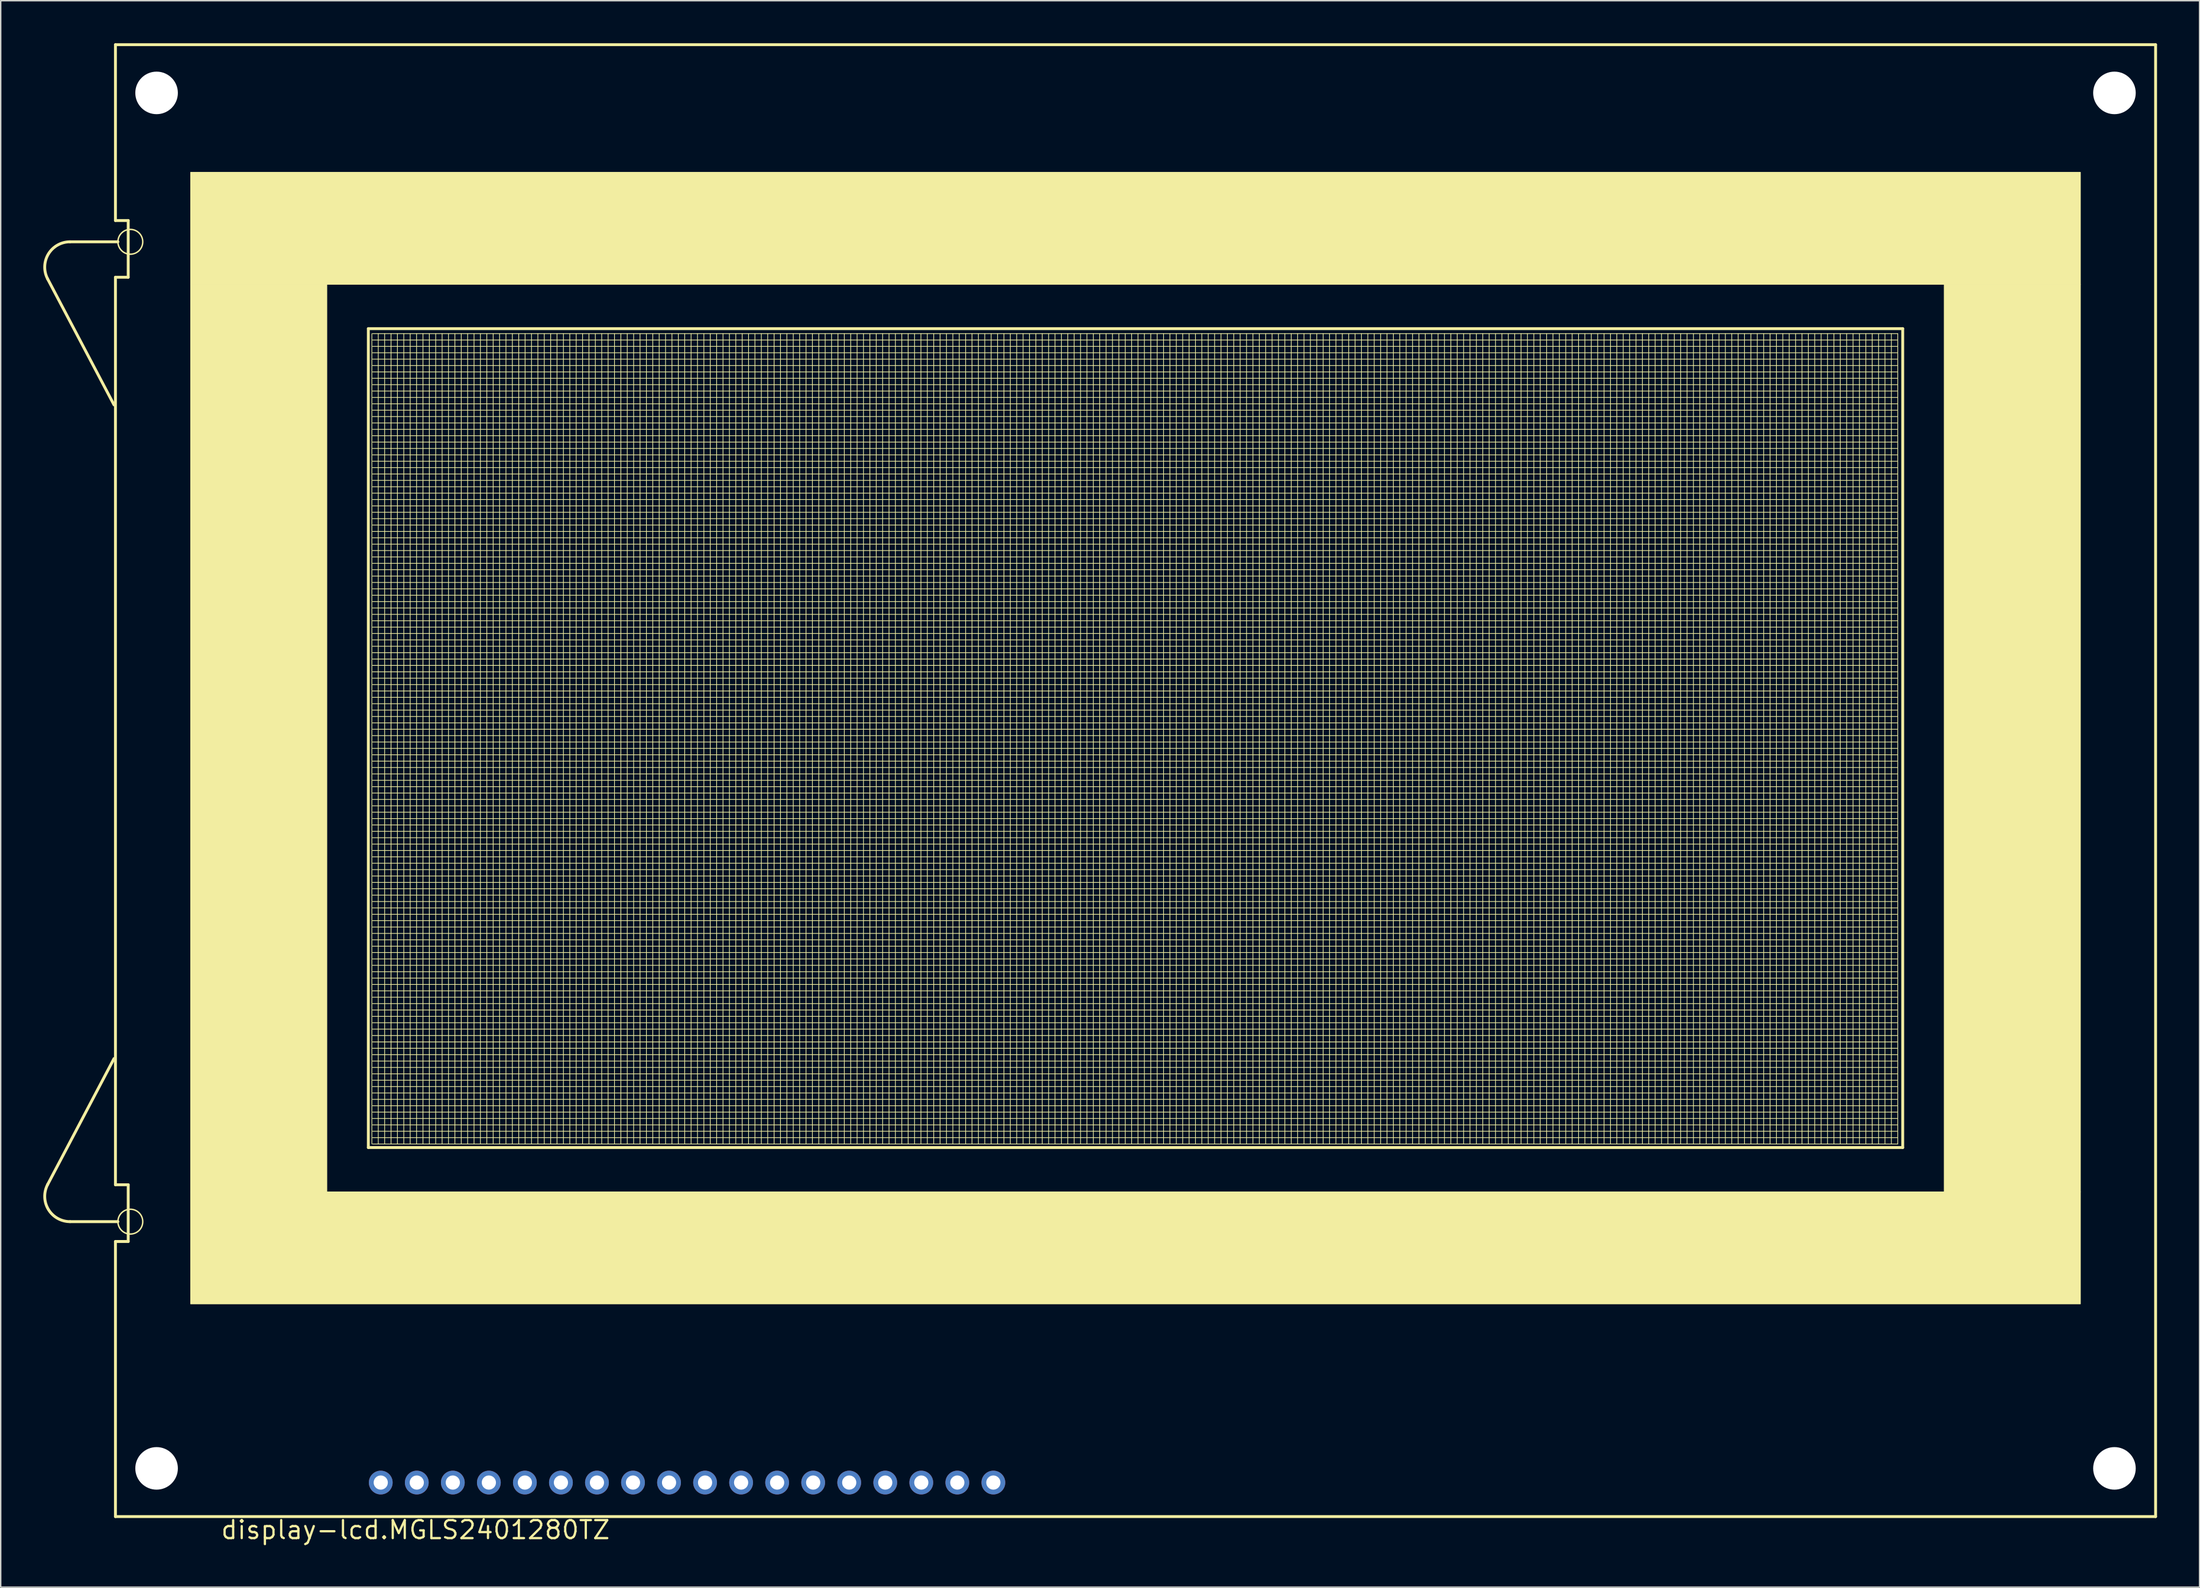
<source format=kicad_pcb>
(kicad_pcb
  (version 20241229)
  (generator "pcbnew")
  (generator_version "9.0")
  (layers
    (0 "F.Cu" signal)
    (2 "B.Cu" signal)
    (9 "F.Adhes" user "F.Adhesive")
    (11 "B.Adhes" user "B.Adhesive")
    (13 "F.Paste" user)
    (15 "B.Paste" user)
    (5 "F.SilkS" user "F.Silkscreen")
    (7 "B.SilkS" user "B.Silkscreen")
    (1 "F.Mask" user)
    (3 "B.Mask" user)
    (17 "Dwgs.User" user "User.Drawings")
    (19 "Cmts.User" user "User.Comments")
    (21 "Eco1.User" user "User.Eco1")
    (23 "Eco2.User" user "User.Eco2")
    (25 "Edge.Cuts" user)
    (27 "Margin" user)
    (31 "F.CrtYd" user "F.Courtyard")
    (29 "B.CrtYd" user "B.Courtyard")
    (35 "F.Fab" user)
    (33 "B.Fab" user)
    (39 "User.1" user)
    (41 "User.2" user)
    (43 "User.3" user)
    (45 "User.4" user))
  (footprint "display-lcd.MGLS2401280TZ"
    (layer "F.Cu")
    (at 7.987 100.502)
    (property "Reference" "display-lcd.MGLS2401280TZ" (at 4.445 5.08 0) (layer "F.SilkS") (effects (font (size 1.27 1.27) (thickness 0.16)) (justify left bottom)))
    (attr through_hole)
    (fp_line (start -7.675 -83.875) (end -3 -75) (stroke (width 0.203) (type default)) (layer "F.SilkS"))
    (fp_line (start -7.675 -20.025) (end -3 -28.9) (stroke (width 0.203) (type default)) (layer "F.SilkS"))
    (fp_line (start -2.9 -100.4) (end -2.9 -88) (stroke (width 0.203) (type default)) (layer "F.SilkS"))
    (fp_line (start -2.9 -88) (end -2 -88) (stroke (width 0.203) (type default)) (layer "F.SilkS"))
    (fp_line (start -2.9 -84) (end -2.9 -20) (stroke (width 0.203) (type default)) (layer "F.SilkS"))
    (fp_line (start -2.9 -20) (end -2 -20) (stroke (width 0.203) (type default)) (layer "F.SilkS"))
    (fp_line (start -2.9 -16) (end -2.9 3.4) (stroke (width 0.203) (type default)) (layer "F.SilkS"))
    (fp_line (start -2.9 3.4) (end 140.9 3.4) (stroke (width 0.203) (type default)) (layer "F.SilkS"))
    (fp_line (start -2.725 -86.5) (end -6.1 -86.5) (stroke (width 0.203) (type default)) (layer "F.SilkS"))
    (fp_line (start -2.725 -17.4) (end -6.1 -17.4) (stroke (width 0.203) (type default)) (layer "F.SilkS"))
    (fp_line (start -2 -88) (end -2 -84) (stroke (width 0.203) (type default)) (layer "F.SilkS"))
    (fp_line (start -2 -84) (end -2.9 -84) (stroke (width 0.203) (type default)) (layer "F.SilkS"))
    (fp_line (start -2 -20) (end -2 -16) (stroke (width 0.203) (type default)) (layer "F.SilkS"))
    (fp_line (start -2 -16) (end -2.9 -16) (stroke (width 0.203) (type default)) (layer "F.SilkS"))
    (fp_line (start 14.925 -80.375) (end 14.925 -22.625) (stroke (width 0.203) (type default)) (layer "F.SilkS"))
    (fp_line (start 14.925 -22.625) (end 123.075 -22.625) (stroke (width 0.203) (type default)) (layer "F.SilkS"))
    (fp_line (start 15.175 -22.875) (end 15.175 -80.025) (stroke (width 0.05) (type default)) (layer "F.SilkS"))
    (fp_line (start 15.225 -80.025) (end 122.725 -80.025) (stroke (width 0.05) (type default)) (layer "F.SilkS"))
    (fp_line (start 15.225 -79.575) (end 122.7 -79.575) (stroke (width 0.05) (type default)) (layer "F.SilkS"))
    (fp_line (start 15.225 -79.125) (end 122.7 -79.125) (stroke (width 0.05) (type default)) (layer "F.SilkS"))
    (fp_line (start 15.225 -78.675) (end 122.7 -78.675) (stroke (width 0.05) (type default)) (layer "F.SilkS"))
    (fp_line (start 15.225 -78.225) (end 122.7 -78.225) (stroke (width 0.05) (type default)) (layer "F.SilkS"))
    (fp_line (start 15.225 -77.775) (end 122.7 -77.775) (stroke (width 0.05) (type default)) (layer "F.SilkS"))
    (fp_line (start 15.225 -77.325) (end 122.7 -77.325) (stroke (width 0.05) (type default)) (layer "F.SilkS"))
    (fp_line (start 15.225 -76.875) (end 122.7 -76.875) (stroke (width 0.05) (type default)) (layer "F.SilkS"))
    (fp_line (start 15.225 -76.425) (end 122.7 -76.425) (stroke (width 0.05) (type default)) (layer "F.SilkS"))
    (fp_line (start 15.225 -75.975) (end 122.7 -75.975) (stroke (width 0.05) (type default)) (layer "F.SilkS"))
    (fp_line (start 15.225 -75.525) (end 122.7 -75.525) (stroke (width 0.05) (type default)) (layer "F.SilkS"))
    (fp_line (start 15.225 -75.075) (end 122.7 -75.075) (stroke (width 0.05) (type default)) (layer "F.SilkS"))
    (fp_line (start 15.225 -74.625) (end 122.7 -74.625) (stroke (width 0.05) (type default)) (layer "F.SilkS"))
    (fp_line (start 15.225 -74.175) (end 122.7 -74.175) (stroke (width 0.05) (type default)) (layer "F.SilkS"))
    (fp_line (start 15.225 -73.725) (end 122.7 -73.725) (stroke (width 0.05) (type default)) (layer "F.SilkS"))
    (fp_line (start 15.225 -73.275) (end 122.7 -73.275) (stroke (width 0.05) (type default)) (layer "F.SilkS"))
    (fp_line (start 15.225 -72.825) (end 122.7 -72.825) (stroke (width 0.05) (type default)) (layer "F.SilkS"))
    (fp_line (start 15.225 -72.375) (end 122.7 -72.375) (stroke (width 0.05) (type default)) (layer "F.SilkS"))
    (fp_line (start 15.225 -71.925) (end 122.7 -71.925) (stroke (width 0.05) (type default)) (layer "F.SilkS"))
    (fp_line (start 15.225 -71.475) (end 122.7 -71.475) (stroke (width 0.05) (type default)) (layer "F.SilkS"))
    (fp_line (start 15.225 -71.025) (end 122.7 -71.025) (stroke (width 0.05) (type default)) (layer "F.SilkS"))
    (fp_line (start 15.225 -70.575) (end 122.7 -70.575) (stroke (width 0.05) (type default)) (layer "F.SilkS"))
    (fp_line (start 15.225 -70.125) (end 122.7 -70.125) (stroke (width 0.05) (type default)) (layer "F.SilkS"))
    (fp_line (start 15.225 -69.675) (end 122.7 -69.675) (stroke (width 0.05) (type default)) (layer "F.SilkS"))
    (fp_line (start 15.225 -69.225) (end 122.7 -69.225) (stroke (width 0.05) (type default)) (layer "F.SilkS"))
    (fp_line (start 15.225 -68.775) (end 122.7 -68.775) (stroke (width 0.05) (type default)) (layer "F.SilkS"))
    (fp_line (start 15.225 -68.325) (end 122.7 -68.325) (stroke (width 0.05) (type default)) (layer "F.SilkS"))
    (fp_line (start 15.225 -67.875) (end 122.7 -67.875) (stroke (width 0.05) (type default)) (layer "F.SilkS"))
    (fp_line (start 15.225 -67.425) (end 122.7 -67.425) (stroke (width 0.05) (type default)) (layer "F.SilkS"))
    (fp_line (start 15.225 -66.975) (end 122.7 -66.975) (stroke (width 0.05) (type default)) (layer "F.SilkS"))
    (fp_line (start 15.225 -66.525) (end 122.7 -66.525) (stroke (width 0.05) (type default)) (layer "F.SilkS"))
    (fp_line (start 15.225 -66.075) (end 122.7 -66.075) (stroke (width 0.05) (type default)) (layer "F.SilkS"))
    (fp_line (start 15.225 -65.625) (end 122.7 -65.625) (stroke (width 0.05) (type default)) (layer "F.SilkS"))
    (fp_line (start 15.225 -65.175) (end 122.7 -65.175) (stroke (width 0.05) (type default)) (layer "F.SilkS"))
    (fp_line (start 15.225 -64.725) (end 122.7 -64.725) (stroke (width 0.05) (type default)) (layer "F.SilkS"))
    (fp_line (start 15.225 -64.275) (end 122.7 -64.275) (stroke (width 0.05) (type default)) (layer "F.SilkS"))
    (fp_line (start 15.225 -63.825) (end 122.7 -63.825) (stroke (width 0.05) (type default)) (layer "F.SilkS"))
    (fp_line (start 15.225 -63.375) (end 122.7 -63.375) (stroke (width 0.05) (type default)) (layer "F.SilkS"))
    (fp_line (start 15.225 -62.925) (end 122.7 -62.925) (stroke (width 0.05) (type default)) (layer "F.SilkS"))
    (fp_line (start 15.225 -62.475) (end 122.7 -62.475) (stroke (width 0.05) (type default)) (layer "F.SilkS"))
    (fp_line (start 15.225 -62.025) (end 122.7 -62.025) (stroke (width 0.05) (type default)) (layer "F.SilkS"))
    (fp_line (start 15.225 -61.575) (end 122.7 -61.575) (stroke (width 0.05) (type default)) (layer "F.SilkS"))
    (fp_line (start 15.225 -61.125) (end 122.7 -61.125) (stroke (width 0.05) (type default)) (layer "F.SilkS"))
    (fp_line (start 15.225 -60.675) (end 122.7 -60.675) (stroke (width 0.05) (type default)) (layer "F.SilkS"))
    (fp_line (start 15.225 -60.225) (end 122.7 -60.225) (stroke (width 0.05) (type default)) (layer "F.SilkS"))
    (fp_line (start 15.225 -59.775) (end 122.7 -59.775) (stroke (width 0.05) (type default)) (layer "F.SilkS"))
    (fp_line (start 15.225 -59.325) (end 122.7 -59.325) (stroke (width 0.05) (type default)) (layer "F.SilkS"))
    (fp_line (start 15.225 -58.875) (end 122.7 -58.875) (stroke (width 0.05) (type default)) (layer "F.SilkS"))
    (fp_line (start 15.225 -58.425) (end 122.7 -58.425) (stroke (width 0.05) (type default)) (layer "F.SilkS"))
    (fp_line (start 15.225 -57.975) (end 122.7 -57.975) (stroke (width 0.05) (type default)) (layer "F.SilkS"))
    (fp_line (start 15.225 -57.525) (end 122.7 -57.525) (stroke (width 0.05) (type default)) (layer "F.SilkS"))
    (fp_line (start 15.225 -57.075) (end 122.7 -57.075) (stroke (width 0.05) (type default)) (layer "F.SilkS"))
    (fp_line (start 15.225 -56.625) (end 122.7 -56.625) (stroke (width 0.05) (type default)) (layer "F.SilkS"))
    (fp_line (start 15.225 -56.175) (end 122.7 -56.175) (stroke (width 0.05) (type default)) (layer "F.SilkS"))
    (fp_line (start 15.225 -55.725) (end 122.7 -55.725) (stroke (width 0.05) (type default)) (layer "F.SilkS"))
    (fp_line (start 15.225 -55.275) (end 122.7 -55.275) (stroke (width 0.05) (type default)) (layer "F.SilkS"))
    (fp_line (start 15.225 -54.825) (end 122.7 -54.825) (stroke (width 0.05) (type default)) (layer "F.SilkS"))
    (fp_line (start 15.225 -54.375) (end 122.7 -54.375) (stroke (width 0.05) (type default)) (layer "F.SilkS"))
    (fp_line (start 15.225 -53.925) (end 122.7 -53.925) (stroke (width 0.05) (type default)) (layer "F.SilkS"))
    (fp_line (start 15.225 -53.475) (end 122.7 -53.475) (stroke (width 0.05) (type default)) (layer "F.SilkS"))
    (fp_line (start 15.225 -53.025) (end 122.7 -53.025) (stroke (width 0.05) (type default)) (layer "F.SilkS"))
    (fp_line (start 15.225 -52.575) (end 122.7 -52.575) (stroke (width 0.05) (type default)) (layer "F.SilkS"))
    (fp_line (start 15.225 -52.125) (end 122.7 -52.125) (stroke (width 0.05) (type default)) (layer "F.SilkS"))
    (fp_line (start 15.225 -51.675) (end 122.7 -51.675) (stroke (width 0.05) (type default)) (layer "F.SilkS"))
    (fp_line (start 15.225 -51.225) (end 122.7 -51.225) (stroke (width 0.05) (type default)) (layer "F.SilkS"))
    (fp_line (start 15.225 -50.775) (end 122.7 -50.775) (stroke (width 0.05) (type default)) (layer "F.SilkS"))
    (fp_line (start 15.225 -50.325) (end 122.7 -50.325) (stroke (width 0.05) (type default)) (layer "F.SilkS"))
    (fp_line (start 15.225 -49.875) (end 122.7 -49.875) (stroke (width 0.05) (type default)) (layer "F.SilkS"))
    (fp_line (start 15.225 -49.425) (end 122.7 -49.425) (stroke (width 0.05) (type default)) (layer "F.SilkS"))
    (fp_line (start 15.225 -48.975) (end 122.7 -48.975) (stroke (width 0.05) (type default)) (layer "F.SilkS"))
    (fp_line (start 15.225 -48.525) (end 122.7 -48.525) (stroke (width 0.05) (type default)) (layer "F.SilkS"))
    (fp_line (start 15.225 -48.075) (end 122.7 -48.075) (stroke (width 0.05) (type default)) (layer "F.SilkS"))
    (fp_line (start 15.225 -47.625) (end 122.7 -47.625) (stroke (width 0.05) (type default)) (layer "F.SilkS"))
    (fp_line (start 15.225 -47.175) (end 122.7 -47.175) (stroke (width 0.05) (type default)) (layer "F.SilkS"))
    (fp_line (start 15.225 -46.725) (end 122.7 -46.725) (stroke (width 0.05) (type default)) (layer "F.SilkS"))
    (fp_line (start 15.225 -46.275) (end 122.7 -46.275) (stroke (width 0.05) (type default)) (layer "F.SilkS"))
    (fp_line (start 15.225 -45.825) (end 122.7 -45.825) (stroke (width 0.05) (type default)) (layer "F.SilkS"))
    (fp_line (start 15.225 -45.375) (end 122.7 -45.375) (stroke (width 0.05) (type default)) (layer "F.SilkS"))
    (fp_line (start 15.225 -44.925) (end 122.7 -44.925) (stroke (width 0.05) (type default)) (layer "F.SilkS"))
    (fp_line (start 15.225 -44.475) (end 122.7 -44.475) (stroke (width 0.05) (type default)) (layer "F.SilkS"))
    (fp_line (start 15.225 -44.025) (end 122.7 -44.025) (stroke (width 0.05) (type default)) (layer "F.SilkS"))
    (fp_line (start 15.225 -43.575) (end 122.7 -43.575) (stroke (width 0.05) (type default)) (layer "F.SilkS"))
    (fp_line (start 15.225 -43.125) (end 122.7 -43.125) (stroke (width 0.05) (type default)) (layer "F.SilkS"))
    (fp_line (start 15.225 -42.675) (end 122.7 -42.675) (stroke (width 0.05) (type default)) (layer "F.SilkS"))
    (fp_line (start 15.225 -42.225) (end 122.7 -42.225) (stroke (width 0.05) (type default)) (layer "F.SilkS"))
    (fp_line (start 15.225 -41.775) (end 122.7 -41.775) (stroke (width 0.05) (type default)) (layer "F.SilkS"))
    (fp_line (start 15.225 -41.325) (end 122.7 -41.325) (stroke (width 0.05) (type default)) (layer "F.SilkS"))
    (fp_line (start 15.225 -40.875) (end 122.7 -40.875) (stroke (width 0.05) (type default)) (layer "F.SilkS"))
    (fp_line (start 15.225 -40.425) (end 122.7 -40.425) (stroke (width 0.05) (type default)) (layer "F.SilkS"))
    (fp_line (start 15.225 -39.975) (end 122.7 -39.975) (stroke (width 0.05) (type default)) (layer "F.SilkS"))
    (fp_line (start 15.225 -39.525) (end 122.7 -39.525) (stroke (width 0.05) (type default)) (layer "F.SilkS"))
    (fp_line (start 15.225 -39.075) (end 122.7 -39.075) (stroke (width 0.05) (type default)) (layer "F.SilkS"))
    (fp_line (start 15.225 -38.625) (end 122.7 -38.625) (stroke (width 0.05) (type default)) (layer "F.SilkS"))
    (fp_line (start 15.225 -38.175) (end 122.7 -38.175) (stroke (width 0.05) (type default)) (layer "F.SilkS"))
    (fp_line (start 15.225 -37.725) (end 122.7 -37.725) (stroke (width 0.05) (type default)) (layer "F.SilkS"))
    (fp_line (start 15.225 -37.275) (end 122.7 -37.275) (stroke (width 0.05) (type default)) (layer "F.SilkS"))
    (fp_line (start 15.225 -36.825) (end 122.7 -36.825) (stroke (width 0.05) (type default)) (layer "F.SilkS"))
    (fp_line (start 15.225 -36.375) (end 122.7 -36.375) (stroke (width 0.05) (type default)) (layer "F.SilkS"))
    (fp_line (start 15.225 -35.925) (end 122.7 -35.925) (stroke (width 0.05) (type default)) (layer "F.SilkS"))
    (fp_line (start 15.225 -35.475) (end 122.7 -35.475) (stroke (width 0.05) (type default)) (layer "F.SilkS"))
    (fp_line (start 15.225 -35.025) (end 122.7 -35.025) (stroke (width 0.05) (type default)) (layer "F.SilkS"))
    (fp_line (start 15.225 -34.575) (end 122.7 -34.575) (stroke (width 0.05) (type default)) (layer "F.SilkS"))
    (fp_line (start 15.225 -34.125) (end 122.7 -34.125) (stroke (width 0.05) (type default)) (layer "F.SilkS"))
    (fp_line (start 15.225 -33.675) (end 122.7 -33.675) (stroke (width 0.05) (type default)) (layer "F.SilkS"))
    (fp_line (start 15.225 -33.225) (end 122.7 -33.225) (stroke (width 0.05) (type default)) (layer "F.SilkS"))
    (fp_line (start 15.225 -32.775) (end 122.7 -32.775) (stroke (width 0.05) (type default)) (layer "F.SilkS"))
    (fp_line (start 15.225 -32.325) (end 122.7 -32.325) (stroke (width 0.05) (type default)) (layer "F.SilkS"))
    (fp_line (start 15.225 -31.875) (end 122.7 -31.875) (stroke (width 0.05) (type default)) (layer "F.SilkS"))
    (fp_line (start 15.225 -31.425) (end 122.7 -31.425) (stroke (width 0.05) (type default)) (layer "F.SilkS"))
    (fp_line (start 15.225 -30.975) (end 122.7 -30.975) (stroke (width 0.05) (type default)) (layer "F.SilkS"))
    (fp_line (start 15.225 -30.525) (end 122.7 -30.525) (stroke (width 0.05) (type default)) (layer "F.SilkS"))
    (fp_line (start 15.225 -30.075) (end 122.7 -30.075) (stroke (width 0.05) (type default)) (layer "F.SilkS"))
    (fp_line (start 15.225 -29.625) (end 122.7 -29.625) (stroke (width 0.05) (type default)) (layer "F.SilkS"))
    (fp_line (start 15.225 -29.175) (end 122.7 -29.175) (stroke (width 0.05) (type default)) (layer "F.SilkS"))
    (fp_line (start 15.225 -28.725) (end 122.7 -28.725) (stroke (width 0.05) (type default)) (layer "F.SilkS"))
    (fp_line (start 15.225 -28.275) (end 122.7 -28.275) (stroke (width 0.05) (type default)) (layer "F.SilkS"))
    (fp_line (start 15.225 -27.825) (end 122.7 -27.825) (stroke (width 0.05) (type default)) (layer "F.SilkS"))
    (fp_line (start 15.225 -27.375) (end 122.7 -27.375) (stroke (width 0.05) (type default)) (layer "F.SilkS"))
    (fp_line (start 15.225 -26.925) (end 122.7 -26.925) (stroke (width 0.05) (type default)) (layer "F.SilkS"))
    (fp_line (start 15.225 -26.475) (end 122.7 -26.475) (stroke (width 0.05) (type default)) (layer "F.SilkS"))
    (fp_line (start 15.225 -26.025) (end 122.7 -26.025) (stroke (width 0.05) (type default)) (layer "F.SilkS"))
    (fp_line (start 15.225 -25.575) (end 122.7 -25.575) (stroke (width 0.05) (type default)) (layer "F.SilkS"))
    (fp_line (start 15.225 -25.125) (end 122.7 -25.125) (stroke (width 0.05) (type default)) (layer "F.SilkS"))
    (fp_line (start 15.225 -24.675) (end 122.7 -24.675) (stroke (width 0.05) (type default)) (layer "F.SilkS"))
    (fp_line (start 15.225 -24.225) (end 122.7 -24.225) (stroke (width 0.05) (type default)) (layer "F.SilkS"))
    (fp_line (start 15.225 -23.775) (end 122.7 -23.775) (stroke (width 0.05) (type default)) (layer "F.SilkS"))
    (fp_line (start 15.225 -23.325) (end 122.7 -23.325) (stroke (width 0.05) (type default)) (layer "F.SilkS"))
    (fp_line (start 15.225 -22.875) (end 15.625 -22.875) (stroke (width 0.05) (type default)) (layer "F.SilkS"))
    (fp_line (start 15.625 -22.875) (end 15.625 -80.025) (stroke (width 0.05) (type default)) (layer "F.SilkS"))
    (fp_line (start 15.625 -22.875) (end 16.075 -22.875) (stroke (width 0.05) (type default)) (layer "F.SilkS"))
    (fp_line (start 16.075 -22.875) (end 16.075 -80.025) (stroke (width 0.05) (type default)) (layer "F.SilkS"))
    (fp_line (start 16.075 -22.875) (end 16.525 -22.875) (stroke (width 0.05) (type default)) (layer "F.SilkS"))
    (fp_line (start 16.525 -22.875) (end 16.525 -80.025) (stroke (width 0.05) (type default)) (layer "F.SilkS"))
    (fp_line (start 16.525 -22.875) (end 16.975 -22.875) (stroke (width 0.05) (type default)) (layer "F.SilkS"))
    (fp_line (start 16.975 -22.875) (end 16.975 -80.025) (stroke (width 0.05) (type default)) (layer "F.SilkS"))
    (fp_line (start 16.975 -22.875) (end 17.425 -22.875) (stroke (width 0.05) (type default)) (layer "F.SilkS"))
    (fp_line (start 17.425 -22.875) (end 17.425 -80.025) (stroke (width 0.05) (type default)) (layer "F.SilkS"))
    (fp_line (start 17.425 -22.875) (end 17.875 -22.875) (stroke (width 0.05) (type default)) (layer "F.SilkS"))
    (fp_line (start 17.875 -22.875) (end 17.875 -80.025) (stroke (width 0.05) (type default)) (layer "F.SilkS"))
    (fp_line (start 17.875 -22.875) (end 18.325 -22.875) (stroke (width 0.05) (type default)) (layer "F.SilkS"))
    (fp_line (start 18.325 -22.875) (end 18.325 -80.025) (stroke (width 0.05) (type default)) (layer "F.SilkS"))
    (fp_line (start 18.325 -22.875) (end 18.775 -22.875) (stroke (width 0.05) (type default)) (layer "F.SilkS"))
    (fp_line (start 18.775 -22.875) (end 18.775 -80.025) (stroke (width 0.05) (type default)) (layer "F.SilkS"))
    (fp_line (start 18.775 -22.875) (end 19.225 -22.875) (stroke (width 0.05) (type default)) (layer "F.SilkS"))
    (fp_line (start 19.225 -22.875) (end 19.225 -80.025) (stroke (width 0.05) (type default)) (layer "F.SilkS"))
    (fp_line (start 19.225 -22.875) (end 122.725 -22.875) (stroke (width 0.05) (type default)) (layer "F.SilkS"))
    (fp_line (start 19.675 -22.875) (end 19.675 -80.025) (stroke (width 0.05) (type default)) (layer "F.SilkS"))
    (fp_line (start 20.125 -22.875) (end 20.125 -80.025) (stroke (width 0.05) (type default)) (layer "F.SilkS"))
    (fp_line (start 20.575 -22.875) (end 20.575 -80.025) (stroke (width 0.05) (type default)) (layer "F.SilkS"))
    (fp_line (start 21.025 -22.875) (end 21.025 -80.025) (stroke (width 0.05) (type default)) (layer "F.SilkS"))
    (fp_line (start 21.475 -22.875) (end 21.475 -80.025) (stroke (width 0.05) (type default)) (layer "F.SilkS"))
    (fp_line (start 21.925 -22.875) (end 21.925 -80.025) (stroke (width 0.05) (type default)) (layer "F.SilkS"))
    (fp_line (start 22.375 -22.875) (end 22.375 -80.025) (stroke (width 0.05) (type default)) (layer "F.SilkS"))
    (fp_line (start 22.825 -22.875) (end 22.825 -80.025) (stroke (width 0.05) (type default)) (layer "F.SilkS"))
    (fp_line (start 23.275 -22.875) (end 23.275 -80.025) (stroke (width 0.05) (type default)) (layer "F.SilkS"))
    (fp_line (start 23.725 -22.875) (end 23.725 -80.025) (stroke (width 0.05) (type default)) (layer "F.SilkS"))
    (fp_line (start 24.175 -22.875) (end 24.175 -80.025) (stroke (width 0.05) (type default)) (layer "F.SilkS"))
    (fp_line (start 24.625 -22.875) (end 24.625 -80.025) (stroke (width 0.05) (type default)) (layer "F.SilkS"))
    (fp_line (start 25.075 -22.875) (end 25.075 -80.025) (stroke (width 0.05) (type default)) (layer "F.SilkS"))
    (fp_line (start 25.525 -22.875) (end 25.525 -80.025) (stroke (width 0.05) (type default)) (layer "F.SilkS"))
    (fp_line (start 25.975 -22.875) (end 25.975 -80.025) (stroke (width 0.05) (type default)) (layer "F.SilkS"))
    (fp_line (start 26.425 -22.875) (end 26.425 -80.025) (stroke (width 0.05) (type default)) (layer "F.SilkS"))
    (fp_line (start 26.875 -22.875) (end 26.875 -80.025) (stroke (width 0.05) (type default)) (layer "F.SilkS"))
    (fp_line (start 27.325 -22.875) (end 27.325 -80.025) (stroke (width 0.05) (type default)) (layer "F.SilkS"))
    (fp_line (start 27.775 -22.875) (end 27.775 -80.025) (stroke (width 0.05) (type default)) (layer "F.SilkS"))
    (fp_line (start 28.225 -22.875) (end 28.225 -80.025) (stroke (width 0.05) (type default)) (layer "F.SilkS"))
    (fp_line (start 28.675 -22.875) (end 28.675 -80.025) (stroke (width 0.05) (type default)) (layer "F.SilkS"))
    (fp_line (start 29.125 -22.875) (end 29.125 -80.025) (stroke (width 0.05) (type default)) (layer "F.SilkS"))
    (fp_line (start 29.575 -22.875) (end 29.575 -80.025) (stroke (width 0.05) (type default)) (layer "F.SilkS"))
    (fp_line (start 30.025 -22.875) (end 30.025 -80.025) (stroke (width 0.05) (type default)) (layer "F.SilkS"))
    (fp_line (start 30.475 -22.875) (end 30.475 -80.025) (stroke (width 0.05) (type default)) (layer "F.SilkS"))
    (fp_line (start 30.925 -22.875) (end 30.925 -80.025) (stroke (width 0.05) (type default)) (layer "F.SilkS"))
    (fp_line (start 31.375 -22.875) (end 31.375 -80.025) (stroke (width 0.05) (type default)) (layer "F.SilkS"))
    (fp_line (start 31.825 -22.875) (end 31.825 -80.025) (stroke (width 0.05) (type default)) (layer "F.SilkS"))
    (fp_line (start 32.275 -22.875) (end 32.275 -80.025) (stroke (width 0.05) (type default)) (layer "F.SilkS"))
    (fp_line (start 32.725 -22.875) (end 32.725 -80.025) (stroke (width 0.05) (type default)) (layer "F.SilkS"))
    (fp_line (start 33.175 -22.875) (end 33.175 -80.025) (stroke (width 0.05) (type default)) (layer "F.SilkS"))
    (fp_line (start 33.625 -22.875) (end 33.625 -80.025) (stroke (width 0.05) (type default)) (layer "F.SilkS"))
    (fp_line (start 34.075 -22.875) (end 34.075 -80.025) (stroke (width 0.05) (type default)) (layer "F.SilkS"))
    (fp_line (start 34.525 -22.875) (end 34.525 -80.025) (stroke (width 0.05) (type default)) (layer "F.SilkS"))
    (fp_line (start 34.975 -22.875) (end 34.975 -80.025) (stroke (width 0.05) (type default)) (layer "F.SilkS"))
    (fp_line (start 35.425 -22.875) (end 35.425 -80.025) (stroke (width 0.05) (type default)) (layer "F.SilkS"))
    (fp_line (start 35.875 -22.875) (end 35.875 -80.025) (stroke (width 0.05) (type default)) (layer "F.SilkS"))
    (fp_line (start 36.325 -22.875) (end 36.325 -80.025) (stroke (width 0.05) (type default)) (layer "F.SilkS"))
    (fp_line (start 36.775 -22.875) (end 36.775 -80.025) (stroke (width 0.05) (type default)) (layer "F.SilkS"))
    (fp_line (start 37.225 -22.875) (end 37.225 -80.025) (stroke (width 0.05) (type default)) (layer "F.SilkS"))
    (fp_line (start 37.675 -22.875) (end 37.675 -80.025) (stroke (width 0.05) (type default)) (layer "F.SilkS"))
    (fp_line (start 38.125 -22.875) (end 38.125 -80.025) (stroke (width 0.05) (type default)) (layer "F.SilkS"))
    (fp_line (start 38.575 -22.875) (end 38.575 -80.025) (stroke (width 0.05) (type default)) (layer "F.SilkS"))
    (fp_line (start 39.025 -22.875) (end 39.025 -80.025) (stroke (width 0.05) (type default)) (layer "F.SilkS"))
    (fp_line (start 39.475 -22.875) (end 39.475 -80.025) (stroke (width 0.05) (type default)) (layer "F.SilkS"))
    (fp_line (start 39.925 -22.875) (end 39.925 -80.025) (stroke (width 0.05) (type default)) (layer "F.SilkS"))
    (fp_line (start 40.375 -22.875) (end 40.375 -80.025) (stroke (width 0.05) (type default)) (layer "F.SilkS"))
    (fp_line (start 40.825 -22.875) (end 40.825 -80.025) (stroke (width 0.05) (type default)) (layer "F.SilkS"))
    (fp_line (start 41.275 -22.875) (end 41.275 -80.025) (stroke (width 0.05) (type default)) (layer "F.SilkS"))
    (fp_line (start 41.725 -22.875) (end 41.725 -80.025) (stroke (width 0.05) (type default)) (layer "F.SilkS"))
    (fp_line (start 42.175 -22.875) (end 42.175 -80.025) (stroke (width 0.05) (type default)) (layer "F.SilkS"))
    (fp_line (start 42.625 -22.875) (end 42.625 -80.025) (stroke (width 0.05) (type default)) (layer "F.SilkS"))
    (fp_line (start 43.075 -22.875) (end 43.075 -80.025) (stroke (width 0.05) (type default)) (layer "F.SilkS"))
    (fp_line (start 43.525 -22.875) (end 43.525 -80.025) (stroke (width 0.05) (type default)) (layer "F.SilkS"))
    (fp_line (start 43.975 -22.875) (end 43.975 -80.025) (stroke (width 0.05) (type default)) (layer "F.SilkS"))
    (fp_line (start 44.425 -22.875) (end 44.425 -80.025) (stroke (width 0.05) (type default)) (layer "F.SilkS"))
    (fp_line (start 44.875 -22.875) (end 44.875 -80.025) (stroke (width 0.05) (type default)) (layer "F.SilkS"))
    (fp_line (start 45.325 -22.875) (end 45.325 -80.025) (stroke (width 0.05) (type default)) (layer "F.SilkS"))
    (fp_line (start 45.775 -22.875) (end 45.775 -80.025) (stroke (width 0.05) (type default)) (layer "F.SilkS"))
    (fp_line (start 46.225 -22.875) (end 46.225 -80.025) (stroke (width 0.05) (type default)) (layer "F.SilkS"))
    (fp_line (start 46.675 -22.875) (end 46.675 -80.025) (stroke (width 0.05) (type default)) (layer "F.SilkS"))
    (fp_line (start 47.125 -22.875) (end 47.125 -80.025) (stroke (width 0.05) (type default)) (layer "F.SilkS"))
    (fp_line (start 47.575 -22.875) (end 47.575 -80.025) (stroke (width 0.05) (type default)) (layer "F.SilkS"))
    (fp_line (start 48.025 -22.875) (end 48.025 -80.025) (stroke (width 0.05) (type default)) (layer "F.SilkS"))
    (fp_line (start 48.475 -22.875) (end 48.475 -80.025) (stroke (width 0.05) (type default)) (layer "F.SilkS"))
    (fp_line (start 48.925 -22.875) (end 48.925 -80.025) (stroke (width 0.05) (type default)) (layer "F.SilkS"))
    (fp_line (start 49.375 -22.875) (end 49.375 -80.025) (stroke (width 0.05) (type default)) (layer "F.SilkS"))
    (fp_line (start 49.825 -22.875) (end 49.825 -80.025) (stroke (width 0.05) (type default)) (layer "F.SilkS"))
    (fp_line (start 50.275 -22.875) (end 50.275 -80.025) (stroke (width 0.05) (type default)) (layer "F.SilkS"))
    (fp_line (start 50.725 -22.875) (end 50.725 -80.025) (stroke (width 0.05) (type default)) (layer "F.SilkS"))
    (fp_line (start 51.175 -22.875) (end 51.175 -80.025) (stroke (width 0.05) (type default)) (layer "F.SilkS"))
    (fp_line (start 51.625 -22.875) (end 51.625 -80.025) (stroke (width 0.05) (type default)) (layer "F.SilkS"))
    (fp_line (start 52.075 -22.875) (end 52.075 -80.025) (stroke (width 0.05) (type default)) (layer "F.SilkS"))
    (fp_line (start 52.525 -22.875) (end 52.525 -80.025) (stroke (width 0.05) (type default)) (layer "F.SilkS"))
    (fp_line (start 52.975 -22.875) (end 52.975 -80.025) (stroke (width 0.05) (type default)) (layer "F.SilkS"))
    (fp_line (start 53.425 -22.875) (end 53.425 -80.025) (stroke (width 0.05) (type default)) (layer "F.SilkS"))
    (fp_line (start 53.875 -22.875) (end 53.875 -80.025) (stroke (width 0.05) (type default)) (layer "F.SilkS"))
    (fp_line (start 54.325 -22.875) (end 54.325 -80.025) (stroke (width 0.05) (type default)) (layer "F.SilkS"))
    (fp_line (start 54.775 -22.875) (end 54.775 -80.025) (stroke (width 0.05) (type default)) (layer "F.SilkS"))
    (fp_line (start 55.225 -22.875) (end 55.225 -80.025) (stroke (width 0.05) (type default)) (layer "F.SilkS"))
    (fp_line (start 55.675 -22.875) (end 55.675 -80.025) (stroke (width 0.05) (type default)) (layer "F.SilkS"))
    (fp_line (start 56.125 -22.875) (end 56.125 -80.025) (stroke (width 0.05) (type default)) (layer "F.SilkS"))
    (fp_line (start 56.575 -22.875) (end 56.575 -80.025) (stroke (width 0.05) (type default)) (layer "F.SilkS"))
    (fp_line (start 57.025 -22.875) (end 57.025 -80.025) (stroke (width 0.05) (type default)) (layer "F.SilkS"))
    (fp_line (start 57.475 -22.875) (end 57.475 -80.025) (stroke (width 0.05) (type default)) (layer "F.SilkS"))
    (fp_line (start 57.925 -22.875) (end 57.925 -80.025) (stroke (width 0.05) (type default)) (layer "F.SilkS"))
    (fp_line (start 58.375 -22.875) (end 58.375 -80.025) (stroke (width 0.05) (type default)) (layer "F.SilkS"))
    (fp_line (start 58.825 -22.875) (end 58.825 -80.025) (stroke (width 0.05) (type default)) (layer "F.SilkS"))
    (fp_line (start 59.275 -22.875) (end 59.275 -80.025) (stroke (width 0.05) (type default)) (layer "F.SilkS"))
    (fp_line (start 59.725 -22.875) (end 59.725 -80.025) (stroke (width 0.05) (type default)) (layer "F.SilkS"))
    (fp_line (start 60.175 -22.875) (end 60.175 -80.025) (stroke (width 0.05) (type default)) (layer "F.SilkS"))
    (fp_line (start 60.625 -22.875) (end 60.625 -80.025) (stroke (width 0.05) (type default)) (layer "F.SilkS"))
    (fp_line (start 61.075 -22.875) (end 61.075 -80.025) (stroke (width 0.05) (type default)) (layer "F.SilkS"))
    (fp_line (start 61.525 -22.875) (end 61.525 -80.025) (stroke (width 0.05) (type default)) (layer "F.SilkS"))
    (fp_line (start 61.975 -22.875) (end 61.975 -80.025) (stroke (width 0.05) (type default)) (layer "F.SilkS"))
    (fp_line (start 62.425 -22.875) (end 62.425 -80.025) (stroke (width 0.05) (type default)) (layer "F.SilkS"))
    (fp_line (start 62.875 -22.875) (end 62.875 -80.025) (stroke (width 0.05) (type default)) (layer "F.SilkS"))
    (fp_line (start 63.325 -22.875) (end 63.325 -80.025) (stroke (width 0.05) (type default)) (layer "F.SilkS"))
    (fp_line (start 63.775 -22.875) (end 63.775 -80.025) (stroke (width 0.05) (type default)) (layer "F.SilkS"))
    (fp_line (start 64.225 -22.875) (end 64.225 -80.025) (stroke (width 0.05) (type default)) (layer "F.SilkS"))
    (fp_line (start 64.675 -22.875) (end 64.675 -80.025) (stroke (width 0.05) (type default)) (layer "F.SilkS"))
    (fp_line (start 65.125 -22.875) (end 65.125 -80.025) (stroke (width 0.05) (type default)) (layer "F.SilkS"))
    (fp_line (start 65.575 -22.875) (end 65.575 -80.025) (stroke (width 0.05) (type default)) (layer "F.SilkS"))
    (fp_line (start 66.025 -22.875) (end 66.025 -80.025) (stroke (width 0.05) (type default)) (layer "F.SilkS"))
    (fp_line (start 66.475 -22.875) (end 66.475 -80.025) (stroke (width 0.05) (type default)) (layer "F.SilkS"))
    (fp_line (start 66.925 -22.875) (end 66.925 -80.025) (stroke (width 0.05) (type default)) (layer "F.SilkS"))
    (fp_line (start 67.375 -22.875) (end 67.375 -80.025) (stroke (width 0.05) (type default)) (layer "F.SilkS"))
    (fp_line (start 67.825 -22.875) (end 67.825 -80.025) (stroke (width 0.05) (type default)) (layer "F.SilkS"))
    (fp_line (start 68.275 -22.875) (end 68.275 -80.025) (stroke (width 0.05) (type default)) (layer "F.SilkS"))
    (fp_line (start 68.725 -22.875) (end 68.725 -80.025) (stroke (width 0.05) (type default)) (layer "F.SilkS"))
    (fp_line (start 69.175 -22.875) (end 69.175 -80.025) (stroke (width 0.05) (type default)) (layer "F.SilkS"))
    (fp_line (start 69.625 -22.875) (end 69.625 -80.025) (stroke (width 0.05) (type default)) (layer "F.SilkS"))
    (fp_line (start 70.075 -22.875) (end 70.075 -80.025) (stroke (width 0.05) (type default)) (layer "F.SilkS"))
    (fp_line (start 70.525 -22.875) (end 70.525 -80.025) (stroke (width 0.05) (type default)) (layer "F.SilkS"))
    (fp_line (start 70.975 -22.875) (end 70.975 -80.025) (stroke (width 0.05) (type default)) (layer "F.SilkS"))
    (fp_line (start 71.425 -22.875) (end 71.425 -80.025) (stroke (width 0.05) (type default)) (layer "F.SilkS"))
    (fp_line (start 71.875 -22.875) (end 71.875 -80.025) (stroke (width 0.05) (type default)) (layer "F.SilkS"))
    (fp_line (start 72.325 -22.875) (end 72.325 -80.025) (stroke (width 0.05) (type default)) (layer "F.SilkS"))
    (fp_line (start 72.775 -22.875) (end 72.775 -80.025) (stroke (width 0.05) (type default)) (layer "F.SilkS"))
    (fp_line (start 73.225 -22.875) (end 73.225 -80.025) (stroke (width 0.05) (type default)) (layer "F.SilkS"))
    (fp_line (start 73.675 -22.875) (end 73.675 -80.025) (stroke (width 0.05) (type default)) (layer "F.SilkS"))
    (fp_line (start 74.125 -22.875) (end 74.125 -80.025) (stroke (width 0.05) (type default)) (layer "F.SilkS"))
    (fp_line (start 74.575 -22.875) (end 74.575 -80.025) (stroke (width 0.05) (type default)) (layer "F.SilkS"))
    (fp_line (start 75.025 -22.875) (end 75.025 -80.025) (stroke (width 0.05) (type default)) (layer "F.SilkS"))
    (fp_line (start 75.475 -22.875) (end 75.475 -80.025) (stroke (width 0.05) (type default)) (layer "F.SilkS"))
    (fp_line (start 75.925 -22.875) (end 75.925 -80.025) (stroke (width 0.05) (type default)) (layer "F.SilkS"))
    (fp_line (start 76.375 -22.875) (end 76.375 -80.025) (stroke (width 0.05) (type default)) (layer "F.SilkS"))
    (fp_line (start 76.825 -22.875) (end 76.825 -80.025) (stroke (width 0.05) (type default)) (layer "F.SilkS"))
    (fp_line (start 77.275 -22.875) (end 77.275 -80.025) (stroke (width 0.05) (type default)) (layer "F.SilkS"))
    (fp_line (start 77.725 -22.875) (end 77.725 -80.025) (stroke (width 0.05) (type default)) (layer "F.SilkS"))
    (fp_line (start 78.175 -22.875) (end 78.175 -80.025) (stroke (width 0.05) (type default)) (layer "F.SilkS"))
    (fp_line (start 78.625 -22.875) (end 78.625 -80.025) (stroke (width 0.05) (type default)) (layer "F.SilkS"))
    (fp_line (start 79.075 -22.875) (end 79.075 -80.025) (stroke (width 0.05) (type default)) (layer "F.SilkS"))
    (fp_line (start 79.525 -22.875) (end 79.525 -80.025) (stroke (width 0.05) (type default)) (layer "F.SilkS"))
    (fp_line (start 79.975 -22.875) (end 79.975 -80.025) (stroke (width 0.05) (type default)) (layer "F.SilkS"))
    (fp_line (start 80.425 -22.875) (end 80.425 -80.025) (stroke (width 0.05) (type default)) (layer "F.SilkS"))
    (fp_line (start 80.875 -22.875) (end 80.875 -80.025) (stroke (width 0.05) (type default)) (layer "F.SilkS"))
    (fp_line (start 81.325 -22.875) (end 81.325 -80.025) (stroke (width 0.05) (type default)) (layer "F.SilkS"))
    (fp_line (start 81.775 -22.875) (end 81.775 -80.025) (stroke (width 0.05) (type default)) (layer "F.SilkS"))
    (fp_line (start 82.225 -22.875) (end 82.225 -80.025) (stroke (width 0.05) (type default)) (layer "F.SilkS"))
    (fp_line (start 82.675 -22.875) (end 82.675 -80.025) (stroke (width 0.05) (type default)) (layer "F.SilkS"))
    (fp_line (start 83.125 -22.875) (end 83.125 -80.025) (stroke (width 0.05) (type default)) (layer "F.SilkS"))
    (fp_line (start 83.575 -22.875) (end 83.575 -80.025) (stroke (width 0.05) (type default)) (layer "F.SilkS"))
    (fp_line (start 84.025 -22.875) (end 84.025 -80.025) (stroke (width 0.05) (type default)) (layer "F.SilkS"))
    (fp_line (start 84.475 -22.875) (end 84.475 -80.025) (stroke (width 0.05) (type default)) (layer "F.SilkS"))
    (fp_line (start 84.925 -22.875) (end 84.925 -80.025) (stroke (width 0.05) (type default)) (layer "F.SilkS"))
    (fp_line (start 85.375 -22.875) (end 85.375 -80.025) (stroke (width 0.05) (type default)) (layer "F.SilkS"))
    (fp_line (start 85.825 -22.875) (end 85.825 -80.025) (stroke (width 0.05) (type default)) (layer "F.SilkS"))
    (fp_line (start 86.275 -22.875) (end 86.275 -80.025) (stroke (width 0.05) (type default)) (layer "F.SilkS"))
    (fp_line (start 86.725 -22.875) (end 86.725 -80.025) (stroke (width 0.05) (type default)) (layer "F.SilkS"))
    (fp_line (start 87.175 -22.875) (end 87.175 -80.025) (stroke (width 0.05) (type default)) (layer "F.SilkS"))
    (fp_line (start 87.625 -22.875) (end 87.625 -80.025) (stroke (width 0.05) (type default)) (layer "F.SilkS"))
    (fp_line (start 88.075 -22.875) (end 88.075 -80.025) (stroke (width 0.05) (type default)) (layer "F.SilkS"))
    (fp_line (start 88.525 -22.875) (end 88.525 -80.025) (stroke (width 0.05) (type default)) (layer "F.SilkS"))
    (fp_line (start 88.975 -22.875) (end 88.975 -80.025) (stroke (width 0.05) (type default)) (layer "F.SilkS"))
    (fp_line (start 89.425 -22.875) (end 89.425 -80.025) (stroke (width 0.05) (type default)) (layer "F.SilkS"))
    (fp_line (start 89.875 -22.875) (end 89.875 -80.025) (stroke (width 0.05) (type default)) (layer "F.SilkS"))
    (fp_line (start 90.325 -22.875) (end 90.325 -80.025) (stroke (width 0.05) (type default)) (layer "F.SilkS"))
    (fp_line (start 90.775 -22.875) (end 90.775 -80.025) (stroke (width 0.05) (type default)) (layer "F.SilkS"))
    (fp_line (start 91.225 -22.875) (end 91.225 -80.025) (stroke (width 0.05) (type default)) (layer "F.SilkS"))
    (fp_line (start 91.675 -22.875) (end 91.675 -80.025) (stroke (width 0.05) (type default)) (layer "F.SilkS"))
    (fp_line (start 92.125 -22.875) (end 92.125 -80.025) (stroke (width 0.05) (type default)) (layer "F.SilkS"))
    (fp_line (start 92.575 -22.875) (end 92.575 -80.025) (stroke (width 0.05) (type default)) (layer "F.SilkS"))
    (fp_line (start 93.025 -22.875) (end 93.025 -80.025) (stroke (width 0.05) (type default)) (layer "F.SilkS"))
    (fp_line (start 93.475 -22.875) (end 93.475 -80.025) (stroke (width 0.05) (type default)) (layer "F.SilkS"))
    (fp_line (start 93.925 -22.875) (end 93.925 -80.025) (stroke (width 0.05) (type default)) (layer "F.SilkS"))
    (fp_line (start 94.375 -22.875) (end 94.375 -80.025) (stroke (width 0.05) (type default)) (layer "F.SilkS"))
    (fp_line (start 94.825 -22.875) (end 94.825 -80.025) (stroke (width 0.05) (type default)) (layer "F.SilkS"))
    (fp_line (start 95.275 -22.875) (end 95.275 -80.025) (stroke (width 0.05) (type default)) (layer "F.SilkS"))
    (fp_line (start 95.725 -22.875) (end 95.725 -80.025) (stroke (width 0.05) (type default)) (layer "F.SilkS"))
    (fp_line (start 96.175 -22.875) (end 96.175 -80.025) (stroke (width 0.05) (type default)) (layer "F.SilkS"))
    (fp_line (start 96.625 -22.875) (end 96.625 -80.025) (stroke (width 0.05) (type default)) (layer "F.SilkS"))
    (fp_line (start 97.075 -22.875) (end 97.075 -80.025) (stroke (width 0.05) (type default)) (layer "F.SilkS"))
    (fp_line (start 97.525 -22.875) (end 97.525 -80.025) (stroke (width 0.05) (type default)) (layer "F.SilkS"))
    (fp_line (start 97.975 -22.875) (end 97.975 -80.025) (stroke (width 0.05) (type default)) (layer "F.SilkS"))
    (fp_line (start 98.425 -22.875) (end 98.425 -80.025) (stroke (width 0.05) (type default)) (layer "F.SilkS"))
    (fp_line (start 98.875 -22.875) (end 98.875 -80.025) (stroke (width 0.05) (type default)) (layer "F.SilkS"))
    (fp_line (start 99.325 -22.875) (end 99.325 -80.025) (stroke (width 0.05) (type default)) (layer "F.SilkS"))
    (fp_line (start 99.775 -22.875) (end 99.775 -80.025) (stroke (width 0.05) (type default)) (layer "F.SilkS"))
    (fp_line (start 100.225 -22.875) (end 100.225 -80.025) (stroke (width 0.05) (type default)) (layer "F.SilkS"))
    (fp_line (start 100.675 -22.875) (end 100.675 -80.025) (stroke (width 0.05) (type default)) (layer "F.SilkS"))
    (fp_line (start 101.125 -22.875) (end 101.125 -80.025) (stroke (width 0.05) (type default)) (layer "F.SilkS"))
    (fp_line (start 101.575 -22.875) (end 101.575 -80.025) (stroke (width 0.05) (type default)) (layer "F.SilkS"))
    (fp_line (start 102.025 -22.875) (end 102.025 -80.025) (stroke (width 0.05) (type default)) (layer "F.SilkS"))
    (fp_line (start 102.475 -22.875) (end 102.475 -80.025) (stroke (width 0.05) (type default)) (layer "F.SilkS"))
    (fp_line (start 102.925 -22.875) (end 102.925 -80.025) (stroke (width 0.05) (type default)) (layer "F.SilkS"))
    (fp_line (start 103.375 -22.875) (end 103.375 -80.025) (stroke (width 0.05) (type default)) (layer "F.SilkS"))
    (fp_line (start 103.825 -22.875) (end 103.825 -80.025) (stroke (width 0.05) (type default)) (layer "F.SilkS"))
    (fp_line (start 104.275 -22.875) (end 104.275 -80.025) (stroke (width 0.05) (type default)) (layer "F.SilkS"))
    (fp_line (start 104.725 -22.875) (end 104.725 -80.025) (stroke (width 0.05) (type default)) (layer "F.SilkS"))
    (fp_line (start 105.175 -22.875) (end 105.175 -80.025) (stroke (width 0.05) (type default)) (layer "F.SilkS"))
    (fp_line (start 105.625 -22.875) (end 105.625 -80.025) (stroke (width 0.05) (type default)) (layer "F.SilkS"))
    (fp_line (start 106.075 -22.875) (end 106.075 -80.025) (stroke (width 0.05) (type default)) (layer "F.SilkS"))
    (fp_line (start 106.525 -22.875) (end 106.525 -80.025) (stroke (width 0.05) (type default)) (layer "F.SilkS"))
    (fp_line (start 106.975 -22.875) (end 106.975 -80.025) (stroke (width 0.05) (type default)) (layer "F.SilkS"))
    (fp_line (start 107.425 -22.875) (end 107.425 -80.025) (stroke (width 0.05) (type default)) (layer "F.SilkS"))
    (fp_line (start 107.875 -22.875) (end 107.875 -80.025) (stroke (width 0.05) (type default)) (layer "F.SilkS"))
    (fp_line (start 108.325 -22.875) (end 108.325 -80.025) (stroke (width 0.05) (type default)) (layer "F.SilkS"))
    (fp_line (start 108.775 -22.875) (end 108.775 -80.025) (stroke (width 0.05) (type default)) (layer "F.SilkS"))
    (fp_line (start 109.225 -22.875) (end 109.225 -80.025) (stroke (width 0.05) (type default)) (layer "F.SilkS"))
    (fp_line (start 109.675 -22.875) (end 109.675 -80.025) (stroke (width 0.05) (type default)) (layer "F.SilkS"))
    (fp_line (start 110.125 -22.875) (end 110.125 -80.025) (stroke (width 0.05) (type default)) (layer "F.SilkS"))
    (fp_line (start 110.575 -22.875) (end 110.575 -80.025) (stroke (width 0.05) (type default)) (layer "F.SilkS"))
    (fp_line (start 111.025 -22.875) (end 111.025 -80.025) (stroke (width 0.05) (type default)) (layer "F.SilkS"))
    (fp_line (start 111.475 -22.875) (end 111.475 -80.025) (stroke (width 0.05) (type default)) (layer "F.SilkS"))
    (fp_line (start 111.925 -22.875) (end 111.925 -80.025) (stroke (width 0.05) (type default)) (layer "F.SilkS"))
    (fp_line (start 112.375 -22.875) (end 112.375 -80.025) (stroke (width 0.05) (type default)) (layer "F.SilkS"))
    (fp_line (start 112.825 -22.875) (end 112.825 -80.025) (stroke (width 0.05) (type default)) (layer "F.SilkS"))
    (fp_line (start 113.275 -22.875) (end 113.275 -80.025) (stroke (width 0.05) (type default)) (layer "F.SilkS"))
    (fp_line (start 113.725 -22.875) (end 113.725 -80.025) (stroke (width 0.05) (type default)) (layer "F.SilkS"))
    (fp_line (start 114.175 -22.875) (end 114.175 -80.025) (stroke (width 0.05) (type default)) (layer "F.SilkS"))
    (fp_line (start 114.625 -22.875) (end 114.625 -80.025) (stroke (width 0.05) (type default)) (layer "F.SilkS"))
    (fp_line (start 115.075 -22.875) (end 115.075 -80.025) (stroke (width 0.05) (type default)) (layer "F.SilkS"))
    (fp_line (start 115.525 -22.875) (end 115.525 -80.025) (stroke (width 0.05) (type default)) (layer "F.SilkS"))
    (fp_line (start 115.975 -22.875) (end 115.975 -80.025) (stroke (width 0.05) (type default)) (layer "F.SilkS"))
    (fp_line (start 116.425 -22.875) (end 116.425 -80.025) (stroke (width 0.05) (type default)) (layer "F.SilkS"))
    (fp_line (start 116.875 -22.875) (end 116.875 -80.025) (stroke (width 0.05) (type default)) (layer "F.SilkS"))
    (fp_line (start 117.325 -22.875) (end 117.325 -80.025) (stroke (width 0.05) (type default)) (layer "F.SilkS"))
    (fp_line (start 117.775 -22.875) (end 117.775 -80.025) (stroke (width 0.05) (type default)) (layer "F.SilkS"))
    (fp_line (start 118.225 -22.875) (end 118.225 -80.025) (stroke (width 0.05) (type default)) (layer "F.SilkS"))
    (fp_line (start 118.675 -22.875) (end 118.675 -80.025) (stroke (width 0.05) (type default)) (layer "F.SilkS"))
    (fp_line (start 119.125 -22.875) (end 119.125 -80.025) (stroke (width 0.05) (type default)) (layer "F.SilkS"))
    (fp_line (start 119.575 -22.875) (end 119.575 -80.025) (stroke (width 0.05) (type default)) (layer "F.SilkS"))
    (fp_line (start 120.025 -22.875) (end 120.025 -80.025) (stroke (width 0.05) (type default)) (layer "F.SilkS"))
    (fp_line (start 120.475 -22.875) (end 120.475 -80.025) (stroke (width 0.05) (type default)) (layer "F.SilkS"))
    (fp_line (start 120.925 -22.875) (end 120.925 -80.025) (stroke (width 0.05) (type default)) (layer "F.SilkS"))
    (fp_line (start 121.375 -22.875) (end 121.375 -80.025) (stroke (width 0.05) (type default)) (layer "F.SilkS"))
    (fp_line (start 121.825 -22.875) (end 121.825 -80.025) (stroke (width 0.05) (type default)) (layer "F.SilkS"))
    (fp_line (start 122.275 -22.875) (end 122.275 -80.025) (stroke (width 0.05) (type default)) (layer "F.SilkS"))
    (fp_line (start 122.725 -22.875) (end 122.725 -80.025) (stroke (width 0.05) (type default)) (layer "F.SilkS"))
    (fp_line (start 123.075 -80.375) (end 14.925 -80.375) (stroke (width 0.203) (type default)) (layer "F.SilkS"))
    (fp_line (start 123.075 -22.625) (end 123.075 -80.375) (stroke (width 0.203) (type default)) (layer "F.SilkS"))
    (fp_line (start 140.9 -100.4) (end -2.9 -100.4) (stroke (width 0.203) (type default)) (layer "F.SilkS"))
    (fp_line (start 140.9 3.4) (end 140.9 -100.4) (stroke (width 0.203) (type default)) (layer "F.SilkS"))
    (fp_rect (start 2.4 -83.5) (end 135.6 -91.4) (stroke (width 0.05) (type default)) (fill yes) (layer "F.SilkS"))
    (fp_rect (start 2.4 -19.5) (end 12 -83.5) (stroke (width 0.05) (type default)) (fill yes) (layer "F.SilkS"))
    (fp_rect (start 2.4 -11.6) (end 135.6 -19.5) (stroke (width 0.05) (type default)) (fill yes) (layer "F.SilkS"))
    (fp_rect (start 126 -19.5) (end 135.6 -83.5) (stroke (width 0.05) (type default)) (fill yes) (layer "F.SilkS"))
    (fp_arc (start -7.675 -83.875) (mid -7.630625 -85.633375) (end -6.1 -86.5) (stroke (width 0.2032) (type default)) (layer "F.SilkS"))
    (fp_arc (start -6.1 -17.4) (mid -7.630625 -18.266625) (end -7.675 -20.025) (stroke (width 0.2032) (type default)) (layer "F.SilkS"))
    (fp_circle (center -1.85 -86.5) (end -0.975 -86.5) (stroke (width 0.1) (type default)) (fill no) (layer "F.SilkS"))
    (fp_circle (center -1.85 -17.4) (end -0.975 -17.4) (stroke (width 0.1) (type default)) (fill no) (layer "F.SilkS"))
    (fp_circle (center -1 -92.65) (end -0.024 -92.65) (stroke (width 0.001) (type default)) (fill no) (layer "F.SilkS"))
    (fp_circle (center -1 -58) (end -0.5 -58) (stroke (width 0.001) (type default)) (fill no) (layer "F.SilkS"))
    (fp_circle (center -1 -54) (end -0.25 -54) (stroke (width 0.001) (type default)) (fill no) (layer "F.SilkS"))
    (fp_circle (center -1 -46) (end -0.25 -46) (stroke (width 0.001) (type default)) (fill no) (layer "F.SilkS"))
    (fp_circle (center -1 -42) (end -0.5 -42) (stroke (width 0.001) (type default)) (fill no) (layer "F.SilkS"))
    (fp_circle (center -1 -11.6) (end 0 -11.6) (stroke (width 0.001) (type default)) (fill no) (layer "F.SilkS"))
    (pad "" np_thru_hole circle (at 0 -97) (size 3 3) (drill 3) (layers "*.Cu" "*.Mask"))
    (pad "" np_thru_hole circle (at 0 0) (size 3 3) (drill 3) (layers "*.Cu" "*.Mask"))
    (pad "" np_thru_hole circle (at 138 -97) (size 3 3) (drill 3) (layers "*.Cu" "*.Mask"))
    (pad "" np_thru_hole circle (at 138 0) (size 3 3) (drill 3) (layers "*.Cu" "*.Mask"))
    (pad "1" thru_hole circle (at 15.8 1) (size 1.676 1.676) (drill 1) (layers "*.Cu" "*.Mask"))
    (pad "2" thru_hole circle (at 18.34 1) (size 1.676 1.676) (drill 1) (layers "*.Cu" "*.Mask"))
    (pad "3" thru_hole circle (at 20.88 1) (size 1.676 1.676) (drill 1) (layers "*.Cu" "*.Mask"))
    (pad "4" thru_hole circle (at 23.42 1) (size 1.676 1.676) (drill 1) (layers "*.Cu" "*.Mask"))
    (pad "5" thru_hole circle (at 25.96 1) (size 1.676 1.676) (drill 1) (layers "*.Cu" "*.Mask"))
    (pad "6" thru_hole circle (at 28.5 1) (size 1.676 1.676) (drill 1) (layers "*.Cu" "*.Mask"))
    (pad "7" thru_hole circle (at 31.04 1) (size 1.676 1.676) (drill 1) (layers "*.Cu" "*.Mask"))
    (pad "8" thru_hole circle (at 33.58 1) (size 1.676 1.676) (drill 1) (layers "*.Cu" "*.Mask"))
    (pad "9" thru_hole circle (at 36.12 1) (size 1.676 1.676) (drill 1) (layers "*.Cu" "*.Mask"))
    (pad "10" thru_hole circle (at 38.66 1) (size 1.676 1.676) (drill 1) (layers "*.Cu" "*.Mask"))
    (pad "11" thru_hole circle (at 41.2 1) (size 1.676 1.676) (drill 1) (layers "*.Cu" "*.Mask"))
    (pad "12" thru_hole circle (at 43.74 1) (size 1.676 1.676) (drill 1) (layers "*.Cu" "*.Mask"))
    (pad "13" thru_hole circle (at 46.28 1) (size 1.676 1.676) (drill 1) (layers "*.Cu" "*.Mask"))
    (pad "14" thru_hole circle (at 48.82 1) (size 1.676 1.676) (drill 1) (layers "*.Cu" "*.Mask"))
    (pad "15" thru_hole circle (at 51.36 1) (size 1.676 1.676) (drill 1) (layers "*.Cu" "*.Mask"))
    (pad "16" thru_hole circle (at 53.9 1) (size 1.676 1.676) (drill 1) (layers "*.Cu" "*.Mask"))
    (pad "17" thru_hole circle (at 56.44 1) (size 1.676 1.676) (drill 1) (layers "*.Cu" "*.Mask"))
    (pad "18" thru_hole circle (at 58.98 1) (size 1.676 1.676) (drill 1) (layers "*.Cu" "*.Mask")))
  (gr_rect
    (start -3 -3)
    (end 151.988 108.879)
    (stroke (width 0.1) (type default))
    (fill no)
    (layer "Edge.Cuts")))
</source>
